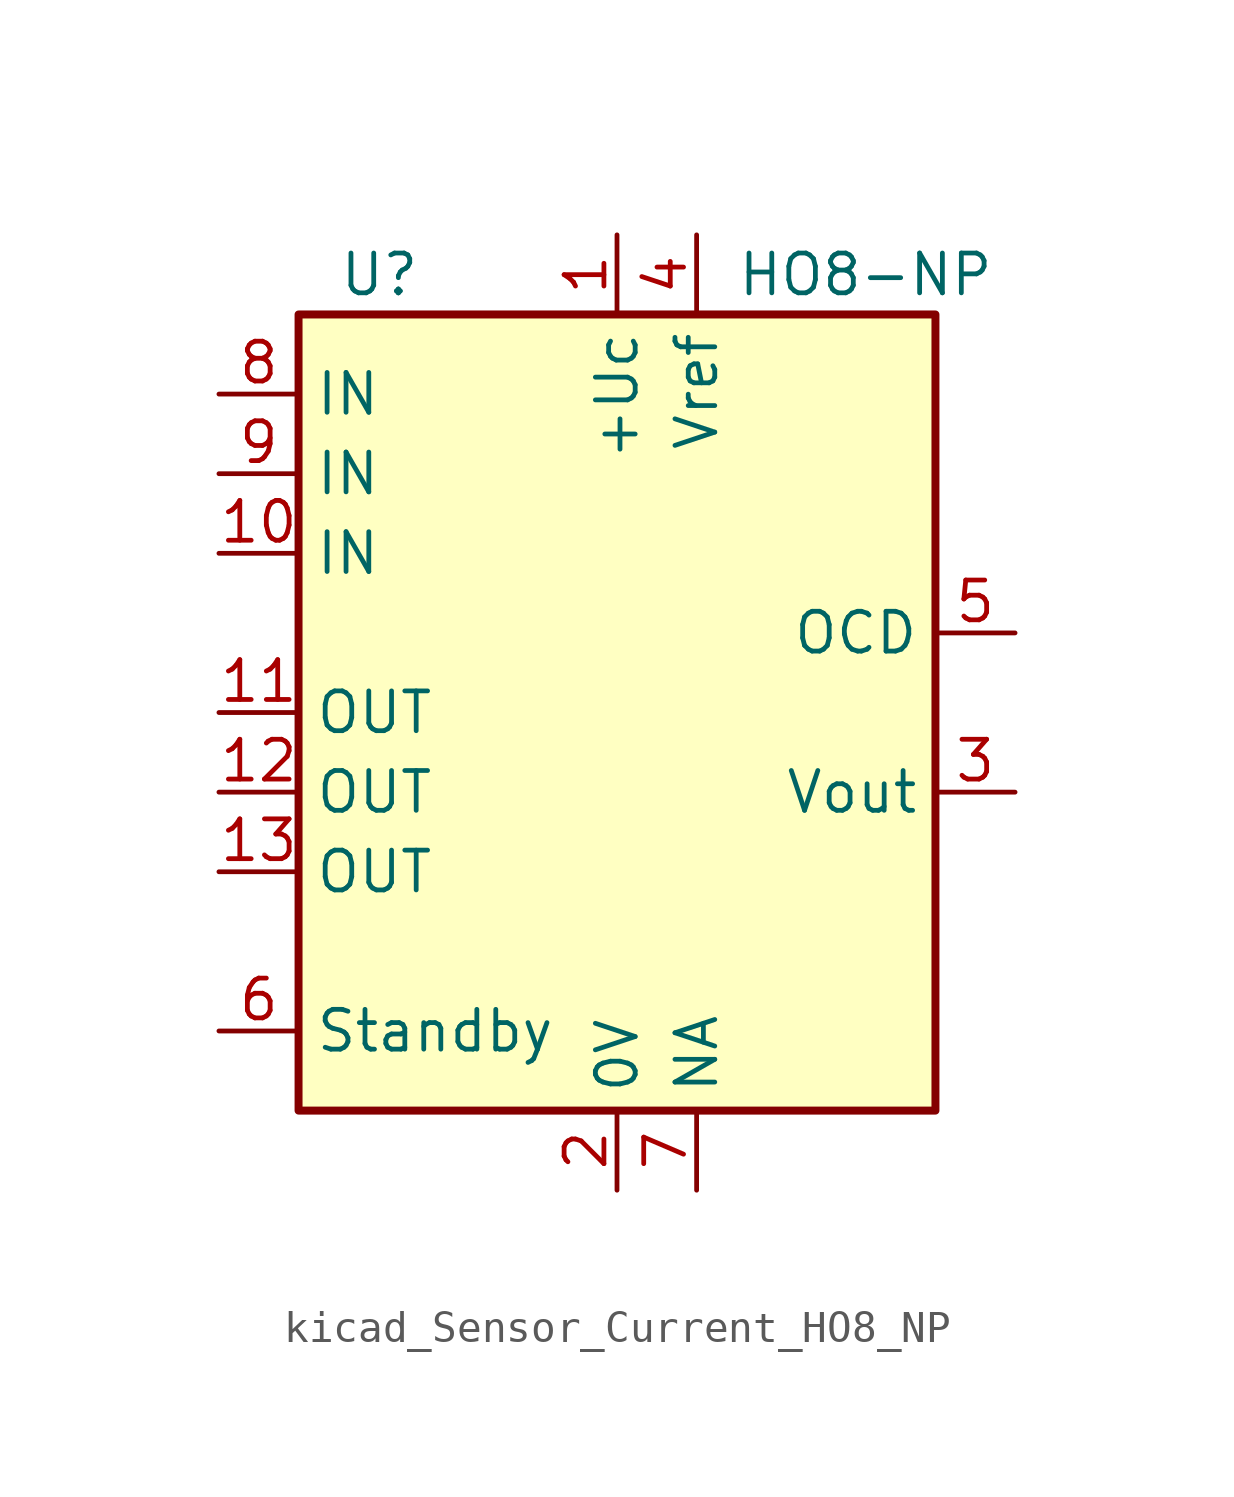
<source format=kicad_sym>
(kicad_symbol_lib
  (version 20220914)
  (generator kicad_symbol_editor)
  (symbol "kicad_Sensor_Current_HO8_NP"
    (property "Reference" "U"
      (at -8.89 13.97 0)
      (effects (font (size 1.27 1.27)) (justify left)))
    (property "Value" "HO8-NP"
      (at 3.81 13.97 0)
      (effects (font (size 1.27 1.27)) (justify left)))
    (symbol "kicad_Sensor_Current_HO8_NP_0_1"
      (rectangle (start -10.16 12.7) (end 10.16 -12.7) (stroke (width 0.254) (type default)) (fill (type background))))
    (symbol "kicad_Sensor_Current_HO8_NP_1_1"
      (pin power_in line (at 0 15.24 270) (length 2.54) (name "+Uc" (effects (font (size 1.27 1.27)))) (number "1" (effects (font (size 1.27 1.27)))))
      (pin passive line (at -12.7 5.08 0) (length 2.54) (name "IN" (effects (font (size 1.27 1.27)))) (number "10" (effects (font (size 1.27 1.27)))))
      (pin passive line (at -12.7 0 0) (length 2.54) (name "OUT" (effects (font (size 1.27 1.27)))) (number "11" (effects (font (size 1.27 1.27)))))
      (pin passive line (at -12.7 -2.54 0) (length 2.54) (name "OUT" (effects (font (size 1.27 1.27)))) (number "12" (effects (font (size 1.27 1.27)))))
      (pin passive line (at -12.7 -5.08 0) (length 2.54) (name "OUT" (effects (font (size 1.27 1.27)))) (number "13" (effects (font (size 1.27 1.27)))))
      (pin power_in line (at 0 -15.24 90) (length 2.54) (name "0V" (effects (font (size 1.27 1.27)))) (number "2" (effects (font (size 1.27 1.27)))))
      (pin output line (at 12.7 -2.54 180) (length 2.54) (name "Vout" (effects (font (size 1.27 1.27)))) (number "3" (effects (font (size 1.27 1.27)))))
      (pin passive line (at 2.54 15.24 270) (length 2.54) (name "Vref" (effects (font (size 1.27 1.27)))) (number "4" (effects (font (size 1.27 1.27)))))
      (pin open_collector line (at 12.7 2.54 180) (length 2.54) (name "OCD" (effects (font (size 1.27 1.27)))) (number "5" (effects (font (size 1.27 1.27)))))
      (pin input line (at -12.7 -10.16 0) (length 2.54) (name "Standby" (effects (font (size 1.27 1.27)))) (number "6" (effects (font (size 1.27 1.27)))))
      (pin passive line (at 2.54 -15.24 90) (length 2.54) (name "NA" (effects (font (size 1.27 1.27)))) (number "7" (effects (font (size 1.27 1.27)))))
      (pin passive line (at -12.7 10.16 0) (length 2.54) (name "IN" (effects (font (size 1.27 1.27)))) (number "8" (effects (font (size 1.27 1.27)))))
      (pin passive line (at -12.7 7.62 0) (length 2.54) (name "IN" (effects (font (size 1.27 1.27)))) (number "9" (effects (font (size 1.27 1.27))))))))
</source>
